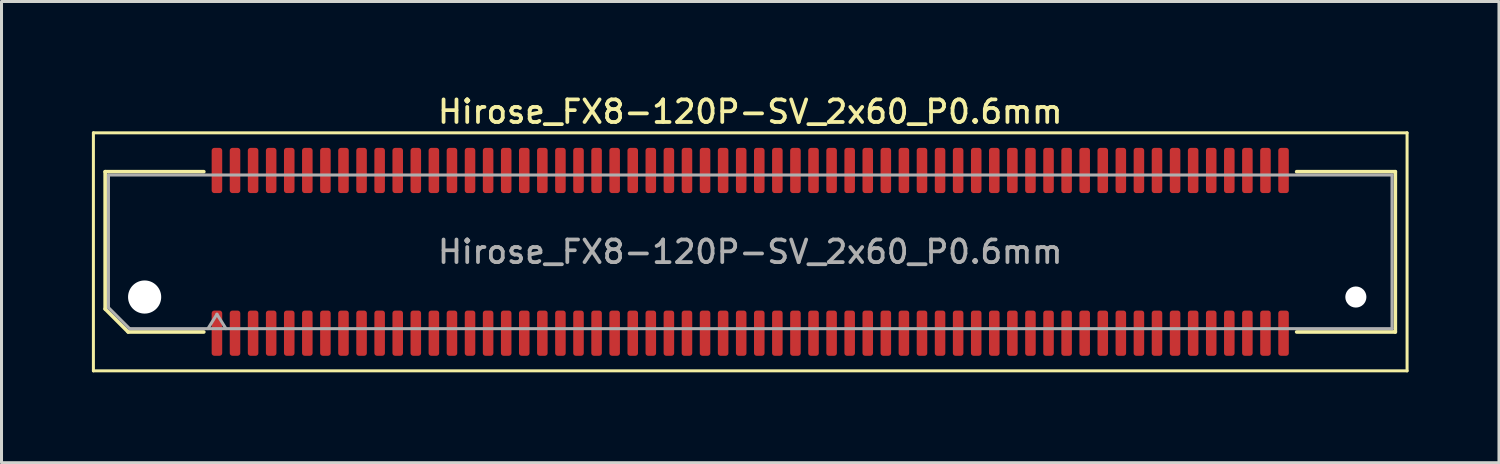
<source format=kicad_pcb>
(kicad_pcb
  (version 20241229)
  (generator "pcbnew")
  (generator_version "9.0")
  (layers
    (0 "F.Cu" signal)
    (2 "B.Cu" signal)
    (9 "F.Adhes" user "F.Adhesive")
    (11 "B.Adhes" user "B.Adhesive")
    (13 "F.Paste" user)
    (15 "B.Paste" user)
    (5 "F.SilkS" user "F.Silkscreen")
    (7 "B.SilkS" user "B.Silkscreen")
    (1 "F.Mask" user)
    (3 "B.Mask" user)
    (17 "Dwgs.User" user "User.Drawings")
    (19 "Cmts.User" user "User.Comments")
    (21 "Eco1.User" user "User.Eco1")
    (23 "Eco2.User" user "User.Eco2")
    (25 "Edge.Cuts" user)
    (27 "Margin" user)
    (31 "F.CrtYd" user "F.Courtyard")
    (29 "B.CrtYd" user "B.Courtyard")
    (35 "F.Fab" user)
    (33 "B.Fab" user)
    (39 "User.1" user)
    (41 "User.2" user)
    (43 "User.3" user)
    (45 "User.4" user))
  (footprint "Hirose_FX8-120P-SV_2x60_P0.6mm"
    (layer "F.Cu")
    (at 21.85 5.308)
    (property "Reference" "Hirose_FX8-120P-SV_2x60_P0.6mm" (at 0 -4.65 0) (layer "F.SilkS") (effects (font (size 0.75 0.75) (thickness 0.125))))
    (attr smd)
    (fp_line (start -21.8 -3.95) (end -21.8 3.95) (stroke (width 0.1) (type solid)) (layer "F.SilkS"))
    (fp_line (start -21.8 3.95) (end 21.8 3.95) (stroke (width 0.1) (type solid)) (layer "F.SilkS"))
    (fp_line (start -21.41 -2.66) (end -18.135 -2.66) (stroke (width 0.12) (type solid)) (layer "F.SilkS"))
    (fp_line (start -21.41 1.896) (end -21.41 -2.66) (stroke (width 0.12) (type solid)) (layer "F.SilkS"))
    (fp_line (start -20.646 2.66) (end -21.41 1.896) (stroke (width 0.12) (type solid)) (layer "F.SilkS"))
    (fp_line (start -18.135 2.66) (end -20.646 2.66) (stroke (width 0.12) (type solid)) (layer "F.SilkS"))
    (fp_line (start 18.135 -2.66) (end 21.41 -2.66) (stroke (width 0.12) (type solid)) (layer "F.SilkS"))
    (fp_line (start 21.41 -2.66) (end 21.41 2.66) (stroke (width 0.12) (type solid)) (layer "F.SilkS"))
    (fp_line (start 21.41 2.66) (end 18.135 2.66) (stroke (width 0.12) (type solid)) (layer "F.SilkS"))
    (fp_line (start 21.8 -3.95) (end -21.8 -3.95) (stroke (width 0.1) (type solid)) (layer "F.SilkS"))
    (fp_line (start 21.8 3.95) (end 21.8 -3.95) (stroke (width 0.1) (type solid)) (layer "F.SilkS"))
    (fp_line (start -21.3 -2.55) (end 21.3 -2.55) (stroke (width 0.1) (type solid)) (layer "F.Fab"))
    (fp_line (start -21.3 1.85) (end -21.3 -2.55) (stroke (width 0.1) (type solid)) (layer "F.Fab"))
    (fp_line (start -20.6 2.55) (end -21.3 1.85) (stroke (width 0.1) (type solid)) (layer "F.Fab"))
    (fp_line (start -18 2.55) (end -17.7 2.07) (stroke (width 0.1) (type solid)) (layer "F.Fab"))
    (fp_line (start -17.7 2.07) (end -17.4 2.55) (stroke (width 0.1) (type solid)) (layer "F.Fab"))
    (fp_line (start 21.3 -2.55) (end 21.3 2.55) (stroke (width 0.1) (type solid)) (layer "F.Fab"))
    (fp_line (start 21.3 2.55) (end -20.6 2.55) (stroke (width 0.1) (type solid)) (layer "F.Fab"))
    (fp_text user "${REFERENCE}" (at 0 0 0) (layer "F.Fab") (effects (font (size 0.75 0.75) (thickness 0.125))))
    (pad "" np_thru_hole circle (at -20.1 1.5) (size 1.1 1.1) (drill 1.1) (layers "*.Cu" "*.Mask"))
    (pad "" np_thru_hole circle (at 20.1 1.5) (size 0.7 0.7) (drill 0.7) (layers "*.Cu" "*.Mask"))
    (pad "1" smd roundrect (at -17.7 2.7) (size 0.35 1.5) (layers "F.Cu" "F.Mask" "F.Paste") (roundrect_rratio 0.25))
    (pad "2" smd roundrect (at -17.7 -2.7) (size 0.35 1.5) (layers "F.Cu" "F.Mask" "F.Paste") (roundrect_rratio 0.25))
    (pad "3" smd roundrect (at -17.1 2.7) (size 0.35 1.5) (layers "F.Cu" "F.Mask" "F.Paste") (roundrect_rratio 0.25))
    (pad "4" smd roundrect (at -17.1 -2.7) (size 0.35 1.5) (layers "F.Cu" "F.Mask" "F.Paste") (roundrect_rratio 0.25))
    (pad "5" smd roundrect (at -16.5 2.7) (size 0.35 1.5) (layers "F.Cu" "F.Mask" "F.Paste") (roundrect_rratio 0.25))
    (pad "6" smd roundrect (at -16.5 -2.7) (size 0.35 1.5) (layers "F.Cu" "F.Mask" "F.Paste") (roundrect_rratio 0.25))
    (pad "7" smd roundrect (at -15.9 2.7) (size 0.35 1.5) (layers "F.Cu" "F.Mask" "F.Paste") (roundrect_rratio 0.25))
    (pad "8" smd roundrect (at -15.9 -2.7) (size 0.35 1.5) (layers "F.Cu" "F.Mask" "F.Paste") (roundrect_rratio 0.25))
    (pad "9" smd roundrect (at -15.3 2.7) (size 0.35 1.5) (layers "F.Cu" "F.Mask" "F.Paste") (roundrect_rratio 0.25))
    (pad "10" smd roundrect (at -15.3 -2.7) (size 0.35 1.5) (layers "F.Cu" "F.Mask" "F.Paste") (roundrect_rratio 0.25))
    (pad "11" smd roundrect (at -14.7 2.7) (size 0.35 1.5) (layers "F.Cu" "F.Mask" "F.Paste") (roundrect_rratio 0.25))
    (pad "12" smd roundrect (at -14.7 -2.7) (size 0.35 1.5) (layers "F.Cu" "F.Mask" "F.Paste") (roundrect_rratio 0.25))
    (pad "13" smd roundrect (at -14.1 2.7) (size 0.35 1.5) (layers "F.Cu" "F.Mask" "F.Paste") (roundrect_rratio 0.25))
    (pad "14" smd roundrect (at -14.1 -2.7) (size 0.35 1.5) (layers "F.Cu" "F.Mask" "F.Paste") (roundrect_rratio 0.25))
    (pad "15" smd roundrect (at -13.5 2.7) (size 0.35 1.5) (layers "F.Cu" "F.Mask" "F.Paste") (roundrect_rratio 0.25))
    (pad "16" smd roundrect (at -13.5 -2.7) (size 0.35 1.5) (layers "F.Cu" "F.Mask" "F.Paste") (roundrect_rratio 0.25))
    (pad "17" smd roundrect (at -12.9 2.7) (size 0.35 1.5) (layers "F.Cu" "F.Mask" "F.Paste") (roundrect_rratio 0.25))
    (pad "18" smd roundrect (at -12.9 -2.7) (size 0.35 1.5) (layers "F.Cu" "F.Mask" "F.Paste") (roundrect_rratio 0.25))
    (pad "19" smd roundrect (at -12.3 2.7) (size 0.35 1.5) (layers "F.Cu" "F.Mask" "F.Paste") (roundrect_rratio 0.25))
    (pad "20" smd roundrect (at -12.3 -2.7) (size 0.35 1.5) (layers "F.Cu" "F.Mask" "F.Paste") (roundrect_rratio 0.25))
    (pad "21" smd roundrect (at -11.7 2.7) (size 0.35 1.5) (layers "F.Cu" "F.Mask" "F.Paste") (roundrect_rratio 0.25))
    (pad "22" smd roundrect (at -11.7 -2.7) (size 0.35 1.5) (layers "F.Cu" "F.Mask" "F.Paste") (roundrect_rratio 0.25))
    (pad "23" smd roundrect (at -11.1 2.7) (size 0.35 1.5) (layers "F.Cu" "F.Mask" "F.Paste") (roundrect_rratio 0.25))
    (pad "24" smd roundrect (at -11.1 -2.7) (size 0.35 1.5) (layers "F.Cu" "F.Mask" "F.Paste") (roundrect_rratio 0.25))
    (pad "25" smd roundrect (at -10.5 2.7) (size 0.35 1.5) (layers "F.Cu" "F.Mask" "F.Paste") (roundrect_rratio 0.25))
    (pad "26" smd roundrect (at -10.5 -2.7) (size 0.35 1.5) (layers "F.Cu" "F.Mask" "F.Paste") (roundrect_rratio 0.25))
    (pad "27" smd roundrect (at -9.9 2.7) (size 0.35 1.5) (layers "F.Cu" "F.Mask" "F.Paste") (roundrect_rratio 0.25))
    (pad "28" smd roundrect (at -9.9 -2.7) (size 0.35 1.5) (layers "F.Cu" "F.Mask" "F.Paste") (roundrect_rratio 0.25))
    (pad "29" smd roundrect (at -9.3 2.7) (size 0.35 1.5) (layers "F.Cu" "F.Mask" "F.Paste") (roundrect_rratio 0.25))
    (pad "30" smd roundrect (at -9.3 -2.7) (size 0.35 1.5) (layers "F.Cu" "F.Mask" "F.Paste") (roundrect_rratio 0.25))
    (pad "31" smd roundrect (at -8.7 2.7) (size 0.35 1.5) (layers "F.Cu" "F.Mask" "F.Paste") (roundrect_rratio 0.25))
    (pad "32" smd roundrect (at -8.7 -2.7) (size 0.35 1.5) (layers "F.Cu" "F.Mask" "F.Paste") (roundrect_rratio 0.25))
    (pad "33" smd roundrect (at -8.1 2.7) (size 0.35 1.5) (layers "F.Cu" "F.Mask" "F.Paste") (roundrect_rratio 0.25))
    (pad "34" smd roundrect (at -8.1 -2.7) (size 0.35 1.5) (layers "F.Cu" "F.Mask" "F.Paste") (roundrect_rratio 0.25))
    (pad "35" smd roundrect (at -7.5 2.7) (size 0.35 1.5) (layers "F.Cu" "F.Mask" "F.Paste") (roundrect_rratio 0.25))
    (pad "36" smd roundrect (at -7.5 -2.7) (size 0.35 1.5) (layers "F.Cu" "F.Mask" "F.Paste") (roundrect_rratio 0.25))
    (pad "37" smd roundrect (at -6.9 2.7) (size 0.35 1.5) (layers "F.Cu" "F.Mask" "F.Paste") (roundrect_rratio 0.25))
    (pad "38" smd roundrect (at -6.9 -2.7) (size 0.35 1.5) (layers "F.Cu" "F.Mask" "F.Paste") (roundrect_rratio 0.25))
    (pad "39" smd roundrect (at -6.3 2.7) (size 0.35 1.5) (layers "F.Cu" "F.Mask" "F.Paste") (roundrect_rratio 0.25))
    (pad "40" smd roundrect (at -6.3 -2.7) (size 0.35 1.5) (layers "F.Cu" "F.Mask" "F.Paste") (roundrect_rratio 0.25))
    (pad "41" smd roundrect (at -5.7 2.7) (size 0.35 1.5) (layers "F.Cu" "F.Mask" "F.Paste") (roundrect_rratio 0.25))
    (pad "42" smd roundrect (at -5.7 -2.7) (size 0.35 1.5) (layers "F.Cu" "F.Mask" "F.Paste") (roundrect_rratio 0.25))
    (pad "43" smd roundrect (at -5.1 2.7) (size 0.35 1.5) (layers "F.Cu" "F.Mask" "F.Paste") (roundrect_rratio 0.25))
    (pad "44" smd roundrect (at -5.1 -2.7) (size 0.35 1.5) (layers "F.Cu" "F.Mask" "F.Paste") (roundrect_rratio 0.25))
    (pad "45" smd roundrect (at -4.5 2.7) (size 0.35 1.5) (layers "F.Cu" "F.Mask" "F.Paste") (roundrect_rratio 0.25))
    (pad "46" smd roundrect (at -4.5 -2.7) (size 0.35 1.5) (layers "F.Cu" "F.Mask" "F.Paste") (roundrect_rratio 0.25))
    (pad "47" smd roundrect (at -3.9 2.7) (size 0.35 1.5) (layers "F.Cu" "F.Mask" "F.Paste") (roundrect_rratio 0.25))
    (pad "48" smd roundrect (at -3.9 -2.7) (size 0.35 1.5) (layers "F.Cu" "F.Mask" "F.Paste") (roundrect_rratio 0.25))
    (pad "49" smd roundrect (at -3.3 2.7) (size 0.35 1.5) (layers "F.Cu" "F.Mask" "F.Paste") (roundrect_rratio 0.25))
    (pad "50" smd roundrect (at -3.3 -2.7) (size 0.35 1.5) (layers "F.Cu" "F.Mask" "F.Paste") (roundrect_rratio 0.25))
    (pad "51" smd roundrect (at -2.7 2.7) (size 0.35 1.5) (layers "F.Cu" "F.Mask" "F.Paste") (roundrect_rratio 0.25))
    (pad "52" smd roundrect (at -2.7 -2.7) (size 0.35 1.5) (layers "F.Cu" "F.Mask" "F.Paste") (roundrect_rratio 0.25))
    (pad "53" smd roundrect (at -2.1 2.7) (size 0.35 1.5) (layers "F.Cu" "F.Mask" "F.Paste") (roundrect_rratio 0.25))
    (pad "54" smd roundrect (at -2.1 -2.7) (size 0.35 1.5) (layers "F.Cu" "F.Mask" "F.Paste") (roundrect_rratio 0.25))
    (pad "55" smd roundrect (at -1.5 2.7) (size 0.35 1.5) (layers "F.Cu" "F.Mask" "F.Paste") (roundrect_rratio 0.25))
    (pad "56" smd roundrect (at -1.5 -2.7) (size 0.35 1.5) (layers "F.Cu" "F.Mask" "F.Paste") (roundrect_rratio 0.25))
    (pad "57" smd roundrect (at -0.9 2.7) (size 0.35 1.5) (layers "F.Cu" "F.Mask" "F.Paste") (roundrect_rratio 0.25))
    (pad "58" smd roundrect (at -0.9 -2.7) (size 0.35 1.5) (layers "F.Cu" "F.Mask" "F.Paste") (roundrect_rratio 0.25))
    (pad "59" smd roundrect (at -0.3 2.7) (size 0.35 1.5) (layers "F.Cu" "F.Mask" "F.Paste") (roundrect_rratio 0.25))
    (pad "60" smd roundrect (at -0.3 -2.7) (size 0.35 1.5) (layers "F.Cu" "F.Mask" "F.Paste") (roundrect_rratio 0.25))
    (pad "61" smd roundrect (at 0.3 2.7) (size 0.35 1.5) (layers "F.Cu" "F.Mask" "F.Paste") (roundrect_rratio 0.25))
    (pad "62" smd roundrect (at 0.3 -2.7) (size 0.35 1.5) (layers "F.Cu" "F.Mask" "F.Paste") (roundrect_rratio 0.25))
    (pad "63" smd roundrect (at 0.9 2.7) (size 0.35 1.5) (layers "F.Cu" "F.Mask" "F.Paste") (roundrect_rratio 0.25))
    (pad "64" smd roundrect (at 0.9 -2.7) (size 0.35 1.5) (layers "F.Cu" "F.Mask" "F.Paste") (roundrect_rratio 0.25))
    (pad "65" smd roundrect (at 1.5 2.7) (size 0.35 1.5) (layers "F.Cu" "F.Mask" "F.Paste") (roundrect_rratio 0.25))
    (pad "66" smd roundrect (at 1.5 -2.7) (size 0.35 1.5) (layers "F.Cu" "F.Mask" "F.Paste") (roundrect_rratio 0.25))
    (pad "67" smd roundrect (at 2.1 2.7) (size 0.35 1.5) (layers "F.Cu" "F.Mask" "F.Paste") (roundrect_rratio 0.25))
    (pad "68" smd roundrect (at 2.1 -2.7) (size 0.35 1.5) (layers "F.Cu" "F.Mask" "F.Paste") (roundrect_rratio 0.25))
    (pad "69" smd roundrect (at 2.7 2.7) (size 0.35 1.5) (layers "F.Cu" "F.Mask" "F.Paste") (roundrect_rratio 0.25))
    (pad "70" smd roundrect (at 2.7 -2.7) (size 0.35 1.5) (layers "F.Cu" "F.Mask" "F.Paste") (roundrect_rratio 0.25))
    (pad "71" smd roundrect (at 3.3 2.7) (size 0.35 1.5) (layers "F.Cu" "F.Mask" "F.Paste") (roundrect_rratio 0.25))
    (pad "72" smd roundrect (at 3.3 -2.7) (size 0.35 1.5) (layers "F.Cu" "F.Mask" "F.Paste") (roundrect_rratio 0.25))
    (pad "73" smd roundrect (at 3.9 2.7) (size 0.35 1.5) (layers "F.Cu" "F.Mask" "F.Paste") (roundrect_rratio 0.25))
    (pad "74" smd roundrect (at 3.9 -2.7) (size 0.35 1.5) (layers "F.Cu" "F.Mask" "F.Paste") (roundrect_rratio 0.25))
    (pad "75" smd roundrect (at 4.5 2.7) (size 0.35 1.5) (layers "F.Cu" "F.Mask" "F.Paste") (roundrect_rratio 0.25))
    (pad "76" smd roundrect (at 4.5 -2.7) (size 0.35 1.5) (layers "F.Cu" "F.Mask" "F.Paste") (roundrect_rratio 0.25))
    (pad "77" smd roundrect (at 5.1 2.7) (size 0.35 1.5) (layers "F.Cu" "F.Mask" "F.Paste") (roundrect_rratio 0.25))
    (pad "78" smd roundrect (at 5.1 -2.7) (size 0.35 1.5) (layers "F.Cu" "F.Mask" "F.Paste") (roundrect_rratio 0.25))
    (pad "79" smd roundrect (at 5.7 2.7) (size 0.35 1.5) (layers "F.Cu" "F.Mask" "F.Paste") (roundrect_rratio 0.25))
    (pad "80" smd roundrect (at 5.7 -2.7) (size 0.35 1.5) (layers "F.Cu" "F.Mask" "F.Paste") (roundrect_rratio 0.25))
    (pad "81" smd roundrect (at 6.3 2.7) (size 0.35 1.5) (layers "F.Cu" "F.Mask" "F.Paste") (roundrect_rratio 0.25))
    (pad "82" smd roundrect (at 6.3 -2.7) (size 0.35 1.5) (layers "F.Cu" "F.Mask" "F.Paste") (roundrect_rratio 0.25))
    (pad "83" smd roundrect (at 6.9 2.7) (size 0.35 1.5) (layers "F.Cu" "F.Mask" "F.Paste") (roundrect_rratio 0.25))
    (pad "84" smd roundrect (at 6.9 -2.7) (size 0.35 1.5) (layers "F.Cu" "F.Mask" "F.Paste") (roundrect_rratio 0.25))
    (pad "85" smd roundrect (at 7.5 2.7) (size 0.35 1.5) (layers "F.Cu" "F.Mask" "F.Paste") (roundrect_rratio 0.25))
    (pad "86" smd roundrect (at 7.5 -2.7) (size 0.35 1.5) (layers "F.Cu" "F.Mask" "F.Paste") (roundrect_rratio 0.25))
    (pad "87" smd roundrect (at 8.1 2.7) (size 0.35 1.5) (layers "F.Cu" "F.Mask" "F.Paste") (roundrect_rratio 0.25))
    (pad "88" smd roundrect (at 8.1 -2.7) (size 0.35 1.5) (layers "F.Cu" "F.Mask" "F.Paste") (roundrect_rratio 0.25))
    (pad "89" smd roundrect (at 8.7 2.7) (size 0.35 1.5) (layers "F.Cu" "F.Mask" "F.Paste") (roundrect_rratio 0.25))
    (pad "90" smd roundrect (at 8.7 -2.7) (size 0.35 1.5) (layers "F.Cu" "F.Mask" "F.Paste") (roundrect_rratio 0.25))
    (pad "91" smd roundrect (at 9.3 2.7) (size 0.35 1.5) (layers "F.Cu" "F.Mask" "F.Paste") (roundrect_rratio 0.25))
    (pad "92" smd roundrect (at 9.3 -2.7) (size 0.35 1.5) (layers "F.Cu" "F.Mask" "F.Paste") (roundrect_rratio 0.25))
    (pad "93" smd roundrect (at 9.9 2.7) (size 0.35 1.5) (layers "F.Cu" "F.Mask" "F.Paste") (roundrect_rratio 0.25))
    (pad "94" smd roundrect (at 9.9 -2.7) (size 0.35 1.5) (layers "F.Cu" "F.Mask" "F.Paste") (roundrect_rratio 0.25))
    (pad "95" smd roundrect (at 10.5 2.7) (size 0.35 1.5) (layers "F.Cu" "F.Mask" "F.Paste") (roundrect_rratio 0.25))
    (pad "96" smd roundrect (at 10.5 -2.7) (size 0.35 1.5) (layers "F.Cu" "F.Mask" "F.Paste") (roundrect_rratio 0.25))
    (pad "97" smd roundrect (at 11.1 2.7) (size 0.35 1.5) (layers "F.Cu" "F.Mask" "F.Paste") (roundrect_rratio 0.25))
    (pad "98" smd roundrect (at 11.1 -2.7) (size 0.35 1.5) (layers "F.Cu" "F.Mask" "F.Paste") (roundrect_rratio 0.25))
    (pad "99" smd roundrect (at 11.7 2.7) (size 0.35 1.5) (layers "F.Cu" "F.Mask" "F.Paste") (roundrect_rratio 0.25))
    (pad "100" smd roundrect (at 11.7 -2.7) (size 0.35 1.5) (layers "F.Cu" "F.Mask" "F.Paste") (roundrect_rratio 0.25))
    (pad "101" smd roundrect (at 12.3 2.7) (size 0.35 1.5) (layers "F.Cu" "F.Mask" "F.Paste") (roundrect_rratio 0.25))
    (pad "102" smd roundrect (at 12.3 -2.7) (size 0.35 1.5) (layers "F.Cu" "F.Mask" "F.Paste") (roundrect_rratio 0.25))
    (pad "103" smd roundrect (at 12.9 2.7) (size 0.35 1.5) (layers "F.Cu" "F.Mask" "F.Paste") (roundrect_rratio 0.25))
    (pad "104" smd roundrect (at 12.9 -2.7) (size 0.35 1.5) (layers "F.Cu" "F.Mask" "F.Paste") (roundrect_rratio 0.25))
    (pad "105" smd roundrect (at 13.5 2.7) (size 0.35 1.5) (layers "F.Cu" "F.Mask" "F.Paste") (roundrect_rratio 0.25))
    (pad "106" smd roundrect (at 13.5 -2.7) (size 0.35 1.5) (layers "F.Cu" "F.Mask" "F.Paste") (roundrect_rratio 0.25))
    (pad "107" smd roundrect (at 14.1 2.7) (size 0.35 1.5) (layers "F.Cu" "F.Mask" "F.Paste") (roundrect_rratio 0.25))
    (pad "108" smd roundrect (at 14.1 -2.7) (size 0.35 1.5) (layers "F.Cu" "F.Mask" "F.Paste") (roundrect_rratio 0.25))
    (pad "109" smd roundrect (at 14.7 2.7) (size 0.35 1.5) (layers "F.Cu" "F.Mask" "F.Paste") (roundrect_rratio 0.25))
    (pad "110" smd roundrect (at 14.7 -2.7) (size 0.35 1.5) (layers "F.Cu" "F.Mask" "F.Paste") (roundrect_rratio 0.25))
    (pad "111" smd roundrect (at 15.3 2.7) (size 0.35 1.5) (layers "F.Cu" "F.Mask" "F.Paste") (roundrect_rratio 0.25))
    (pad "112" smd roundrect (at 15.3 -2.7) (size 0.35 1.5) (layers "F.Cu" "F.Mask" "F.Paste") (roundrect_rratio 0.25))
    (pad "113" smd roundrect (at 15.9 2.7) (size 0.35 1.5) (layers "F.Cu" "F.Mask" "F.Paste") (roundrect_rratio 0.25))
    (pad "114" smd roundrect (at 15.9 -2.7) (size 0.35 1.5) (layers "F.Cu" "F.Mask" "F.Paste") (roundrect_rratio 0.25))
    (pad "115" smd roundrect (at 16.5 2.7) (size 0.35 1.5) (layers "F.Cu" "F.Mask" "F.Paste") (roundrect_rratio 0.25))
    (pad "116" smd roundrect (at 16.5 -2.7) (size 0.35 1.5) (layers "F.Cu" "F.Mask" "F.Paste") (roundrect_rratio 0.25))
    (pad "117" smd roundrect (at 17.1 2.7) (size 0.35 1.5) (layers "F.Cu" "F.Mask" "F.Paste") (roundrect_rratio 0.25))
    (pad "118" smd roundrect (at 17.1 -2.7) (size 0.35 1.5) (layers "F.Cu" "F.Mask" "F.Paste") (roundrect_rratio 0.25))
    (pad "119" smd roundrect (at 17.7 2.7) (size 0.35 1.5) (layers "F.Cu" "F.Mask" "F.Paste") (roundrect_rratio 0.25))
    (pad "120" smd roundrect (at 17.7 -2.7) (size 0.35 1.5) (layers "F.Cu" "F.Mask" "F.Paste") (roundrect_rratio 0.25)))
  (gr_rect
    (start -3 -3)
    (end 46.7 12.308)
    (stroke (width 0.1) (type default))
    (fill no)
    (layer "Edge.Cuts")))
</source>
